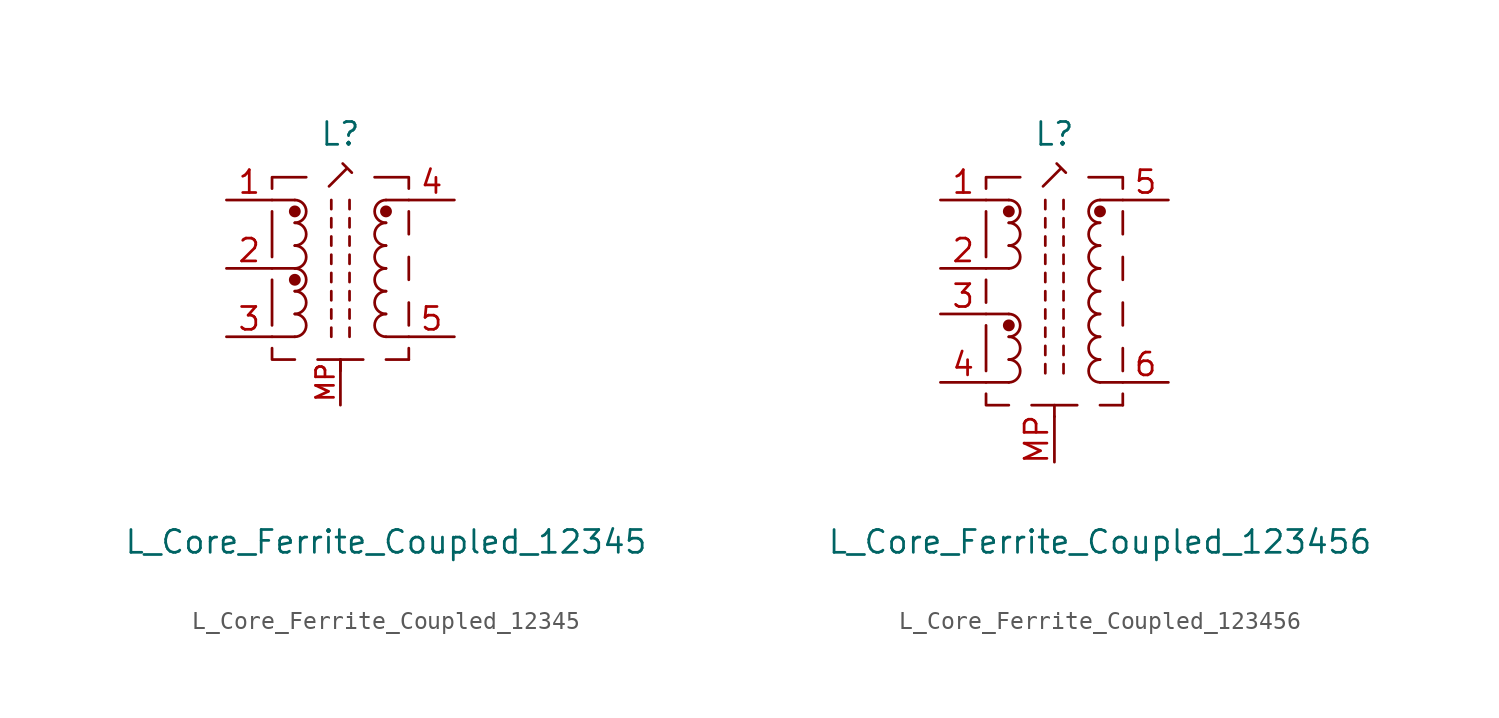
<source format=kicad_sym>
(kicad_symbol_lib
  (version 20220914)
  (generator kicad_symbol_editor)
  (symbol "L_Core_Ferrite_Coupled_12345"
    (pin_names
      (offset 0.254) hide)
    (property "Reference" "L"
      (at 0 7.493 0)
      (effects (font (size 1.27 1.27))))
    (property "Value" "L_Core_Ferrite_Coupled_12345"
      (at 2.54 -15.24 0)
      (effects (font (size 1.27 1.27))))
    (symbol "L_Core_Ferrite_Coupled_12345_0_1"
      (circle (center -2.54 3.175) (radius 0.254) (stroke (width 0) (type default)) (fill (type outline)))
      (polyline (pts (xy -3.81 -0.635) (xy -3.81 -3.175)) (stroke (width 0) (type default)) (fill (type none)))
      (polyline (pts (xy -3.81 3.175) (xy -3.81 0.635)) (stroke (width 0) (type default)) (fill (type none)))
      (polyline (pts (xy -3.81 3.81) (xy -2.54 3.81)) (stroke (width 0) (type default)) (fill (type none)))
      (polyline (pts (xy -2.54 -3.81) (xy -3.81 -3.81)) (stroke (width 0) (type default)) (fill (type none)))
      (polyline (pts (xy -2.54 0) (xy -3.81 0)) (stroke (width 0) (type default)) (fill (type none)))
      (polyline (pts (xy -1.27 -5.08) (xy 1.27 -5.08)) (stroke (width 0) (type default)) (fill (type none)))
      (polyline (pts (xy -0.508 -2.794) (xy -0.508 -2.286)) (stroke (width 0) (type default)) (fill (type none)))
      (polyline (pts (xy -0.508 -1.778) (xy -0.508 -1.27)) (stroke (width 0) (type default)) (fill (type none)))
      (polyline (pts (xy -0.508 -0.762) (xy -0.508 -0.254)) (stroke (width 0) (type default)) (fill (type none)))
      (polyline (pts (xy -0.508 0.254) (xy -0.508 0.762)) (stroke (width 0) (type default)) (fill (type none)))
      (polyline (pts (xy -0.508 1.27) (xy -0.508 1.778)) (stroke (width 0) (type default)) (fill (type none)))
      (polyline (pts (xy -0.508 2.286) (xy -0.508 2.794)) (stroke (width 0) (type default)) (fill (type none)))
      (polyline (pts (xy 0 -5.715) (xy 0 -5.08)) (stroke (width 0) (type default)) (fill (type none)))
      (polyline (pts (xy 0.508 -2.794) (xy 0.508 -2.286)) (stroke (width 0) (type default)) (fill (type none)))
      (polyline (pts (xy 0.508 -1.778) (xy 0.508 -1.27)) (stroke (width 0) (type default)) (fill (type none)))
      (polyline (pts (xy 0.508 -0.762) (xy 0.508 -0.254)) (stroke (width 0) (type default)) (fill (type none)))
      (polyline (pts (xy 0.508 0.254) (xy 0.508 0.762)) (stroke (width 0) (type default)) (fill (type none)))
      (polyline (pts (xy 0.508 1.27) (xy 0.508 1.778)) (stroke (width 0) (type default)) (fill (type none)))
      (polyline (pts (xy 0.508 2.286) (xy 0.508 2.794)) (stroke (width 0) (type default)) (fill (type none)))
      (polyline (pts (xy 2.54 -5.08) (xy 3.81 -5.08)) (stroke (width 0) (type default)) (fill (type none)))
      (polyline (pts (xy 3.81 -5.08) (xy 3.81 -4.445)) (stroke (width 0) (type default)) (fill (type none)))
      (polyline (pts (xy 3.81 -3.81) (xy 2.54 -3.81)) (stroke (width 0) (type default)) (fill (type none)))
      (polyline (pts (xy 3.81 -3.175) (xy 3.81 -1.905)) (stroke (width 0) (type default)) (fill (type none)))
      (polyline (pts (xy 3.81 -0.635) (xy 3.81 0.635)) (stroke (width 0) (type default)) (fill (type none)))
      (polyline (pts (xy 3.81 3.175) (xy 3.81 1.905)) (stroke (width 0) (type default)) (fill (type none)))
      (polyline (pts (xy 3.81 3.81) (xy 2.54 3.81)) (stroke (width 0) (type default)) (fill (type none)))
      (polyline (pts (xy -3.81 -4.445) (xy -3.81 -5.08) (xy -2.54 -5.08)) (stroke (width 0) (type default)) (fill (type none)))
      (polyline (pts (xy -3.81 4.445) (xy -3.81 5.08) (xy -1.905 5.08)) (stroke (width 0) (type default)) (fill (type none)))
      (polyline (pts (xy 3.81 4.445) (xy 3.81 5.08) (xy 1.905 5.08)) (stroke (width 0) (type default)) (fill (type none)))
      (polyline (pts (xy -0.635 4.572) (xy 0.381 5.588) (xy 0.635 5.334) (xy 0.127 5.842)) (stroke (width 0) (type default)) (fill (type none)))
      (arc (start 2.54 1.27) (mid 1.9077 0.635) (end 2.54 0) (stroke (width 0) (type default)) (fill (type none)))
      (circle (center 2.54 3.175) (radius 0.254) (stroke (width 0) (type default)) (fill (type outline))))
    (symbol "L_Core_Ferrite_Coupled_12345_1_1"
      (arc (start -2.54 -3.81) (mid -1.9077 -3.175) (end -2.54 -2.54) (stroke (width 0) (type default)) (fill (type none)))
      (arc (start -2.54 -2.54) (mid -1.9077 -1.905) (end -2.54 -1.27) (stroke (width 0) (type default)) (fill (type none)))
      (arc (start -2.54 -1.27) (mid -1.9077 -0.635) (end -2.54 0) (stroke (width 0) (type default)) (fill (type none)))
      (circle (center -2.54 -0.635) (radius 0.254) (stroke (width 0) (type default)) (fill (type outline)))
      (arc (start -2.54 0) (mid -1.9077 0.635) (end -2.54 1.27) (stroke (width 0) (type default)) (fill (type none)))
      (arc (start -2.54 1.27) (mid -1.9077 1.905) (end -2.54 2.54) (stroke (width 0) (type default)) (fill (type none)))
      (arc (start -2.54 2.54) (mid -1.9077 3.175) (end -2.54 3.81) (stroke (width 0) (type default)) (fill (type none)))
      (polyline (pts (xy -0.508 -3.81) (xy -0.508 -3.302)) (stroke (width 0) (type default)) (fill (type none)))
      (polyline (pts (xy -0.508 3.302) (xy -0.508 3.81)) (stroke (width 0) (type default)) (fill (type none)))
      (polyline (pts (xy 0.508 -3.81) (xy 0.508 -3.302)) (stroke (width 0) (type default)) (fill (type none)))
      (polyline (pts (xy 0.508 3.302) (xy 0.508 3.81)) (stroke (width 0) (type default)) (fill (type none)))
      (arc (start 2.54 -2.54) (mid 1.9077 -3.175) (end 2.54 -3.81) (stroke (width 0) (type default)) (fill (type none)))
      (arc (start 2.54 -1.27) (mid 1.9077 -1.905) (end 2.54 -2.54) (stroke (width 0) (type default)) (fill (type none)))
      (arc (start 2.54 0) (mid 1.9077 -0.635) (end 2.54 -1.27) (stroke (width 0) (type default)) (fill (type none)))
      (arc (start 2.54 2.54) (mid 1.9077 1.905) (end 2.54 1.27) (stroke (width 0) (type default)) (fill (type none)))
      (arc (start 2.54 3.81) (mid 1.9077 3.175) (end 2.54 2.54) (stroke (width 0) (type default)) (fill (type none)))
      (pin passive line (at -6.35 3.81 0) (length 2.54) (name "1" (effects (font (size 1.27 1.27)))) (number "1" (effects (font (size 1.27 1.27)))))
      (pin passive line (at -6.35 0 0) (length 2.54) (name "2" (effects (font (size 1.27 1.27)))) (number "2" (effects (font (size 1.27 1.27)))))
      (pin passive line (at -6.35 -3.81 0) (length 2.54) (name "3" (effects (font (size 1.27 1.27)))) (number "3" (effects (font (size 1.27 1.27)))))
      (pin passive line (at 6.35 3.81 180) (length 2.54) (name "4" (effects (font (size 1.27 1.27)))) (number "4" (effects (font (size 1.27 1.27)))))
      (pin passive line (at 6.35 -3.81 180) (length 2.54) (name "5" (effects (font (size 1.27 1.27)))) (number "5" (effects (font (size 1.27 1.27)))))
      (pin passive line (at 0 -7.62 90) (length 2.54) (name "MP" (effects (font (size 1 1)))) (number "MP" (effects (font (size 1 1)))))))
  (symbol "L_Core_Ferrite_Coupled_123456"
    (pin_names
      (offset 0.254) hide)
    (property "Reference" "L"
      (at 0 7.493 0)
      (effects (font (size 1.27 1.27))))
    (property "Value" "L_Core_Ferrite_Coupled_123456"
      (at 2.54 -15.24 0)
      (effects (font (size 1.27 1.27))))
    (symbol "L_Core_Ferrite_Coupled_123456_0_1"
      (circle (center -2.54 3.175) (radius 0.254) (stroke (width 0) (type default)) (fill (type outline)))
      (polyline (pts (xy -3.81 -3.175) (xy -3.81 -5.715)) (stroke (width 0) (type default)) (fill (type none)))
      (polyline (pts (xy -3.81 -2.54) (xy -2.54 -2.54)) (stroke (width 0) (type default)) (fill (type none)))
      (polyline (pts (xy -3.81 -1.905) (xy -3.81 -0.635)) (stroke (width 0) (type default)) (fill (type none)))
      (polyline (pts (xy -3.81 3.175) (xy -3.81 0.635)) (stroke (width 0) (type default)) (fill (type none)))
      (polyline (pts (xy -3.81 3.81) (xy -2.54 3.81)) (stroke (width 0) (type default)) (fill (type none)))
      (polyline (pts (xy -2.54 -6.35) (xy -3.81 -6.35)) (stroke (width 0) (type default)) (fill (type none)))
      (polyline (pts (xy -2.54 0) (xy -3.81 0)) (stroke (width 0) (type default)) (fill (type none)))
      (polyline (pts (xy -1.27 -7.62) (xy 1.27 -7.62)) (stroke (width 0) (type default)) (fill (type none)))
      (polyline (pts (xy -0.508 -2.794) (xy -0.508 -2.286)) (stroke (width 0) (type default)) (fill (type none)))
      (polyline (pts (xy -0.508 -1.778) (xy -0.508 -1.27)) (stroke (width 0) (type default)) (fill (type none)))
      (polyline (pts (xy -0.508 -0.762) (xy -0.508 -0.254)) (stroke (width 0) (type default)) (fill (type none)))
      (polyline (pts (xy -0.508 0.254) (xy -0.508 0.762)) (stroke (width 0) (type default)) (fill (type none)))
      (polyline (pts (xy -0.508 1.27) (xy -0.508 1.778)) (stroke (width 0) (type default)) (fill (type none)))
      (polyline (pts (xy -0.508 2.286) (xy -0.508 2.794)) (stroke (width 0) (type default)) (fill (type none)))
      (polyline (pts (xy 0 -8.255) (xy 0 -7.62)) (stroke (width 0) (type default)) (fill (type none)))
      (polyline (pts (xy 0.508 -2.794) (xy 0.508 -2.286)) (stroke (width 0) (type default)) (fill (type none)))
      (polyline (pts (xy 0.508 -1.778) (xy 0.508 -1.27)) (stroke (width 0) (type default)) (fill (type none)))
      (polyline (pts (xy 0.508 -0.762) (xy 0.508 -0.254)) (stroke (width 0) (type default)) (fill (type none)))
      (polyline (pts (xy 0.508 0.254) (xy 0.508 0.762)) (stroke (width 0) (type default)) (fill (type none)))
      (polyline (pts (xy 0.508 1.27) (xy 0.508 1.778)) (stroke (width 0) (type default)) (fill (type none)))
      (polyline (pts (xy 0.508 2.286) (xy 0.508 2.794)) (stroke (width 0) (type default)) (fill (type none)))
      (polyline (pts (xy 2.54 -7.62) (xy 3.81 -7.62)) (stroke (width 0) (type default)) (fill (type none)))
      (polyline (pts (xy 3.81 -7.62) (xy 3.81 -6.985)) (stroke (width 0) (type default)) (fill (type none)))
      (polyline (pts (xy 3.81 -6.35) (xy 2.54 -6.35)) (stroke (width 0) (type default)) (fill (type none)))
      (polyline (pts (xy 3.81 -5.715) (xy 3.81 -4.445)) (stroke (width 0) (type default)) (fill (type none)))
      (polyline (pts (xy 3.81 -3.175) (xy 3.81 -1.905)) (stroke (width 0) (type default)) (fill (type none)))
      (polyline (pts (xy 3.81 -0.635) (xy 3.81 0.635)) (stroke (width 0) (type default)) (fill (type none)))
      (polyline (pts (xy 3.81 3.175) (xy 3.81 1.905)) (stroke (width 0) (type default)) (fill (type none)))
      (polyline (pts (xy 3.81 3.81) (xy 2.54 3.81)) (stroke (width 0) (type default)) (fill (type none)))
      (polyline (pts (xy -3.81 -6.985) (xy -3.81 -7.62) (xy -2.54 -7.62)) (stroke (width 0) (type default)) (fill (type none)))
      (polyline (pts (xy -3.81 4.445) (xy -3.81 5.08) (xy -1.905 5.08)) (stroke (width 0) (type default)) (fill (type none)))
      (polyline (pts (xy 3.81 4.445) (xy 3.81 5.08) (xy 1.905 5.08)) (stroke (width 0) (type default)) (fill (type none)))
      (polyline (pts (xy -0.635 4.572) (xy 0.381 5.588) (xy 0.635 5.334) (xy 0.127 5.842)) (stroke (width 0) (type default)) (fill (type none)))
      (arc (start 2.54 1.27) (mid 1.9077 0.635) (end 2.54 0) (stroke (width 0) (type default)) (fill (type none)))
      (circle (center 2.54 3.175) (radius 0.254) (stroke (width 0) (type default)) (fill (type outline))))
    (symbol "L_Core_Ferrite_Coupled_123456_1_1"
      (arc (start -2.54 -6.35) (mid -1.9077 -5.715) (end -2.54 -5.08) (stroke (width 0) (type default)) (fill (type none)))
      (arc (start -2.54 -5.08) (mid -1.9077 -4.445) (end -2.54 -3.81) (stroke (width 0) (type default)) (fill (type none)))
      (arc (start -2.54 -3.81) (mid -1.9077 -3.175) (end -2.54 -2.54) (stroke (width 0) (type default)) (fill (type none)))
      (circle (center -2.54 -3.175) (radius 0.254) (stroke (width 0) (type default)) (fill (type outline)))
      (arc (start -2.54 0) (mid -1.9077 0.635) (end -2.54 1.27) (stroke (width 0) (type default)) (fill (type none)))
      (arc (start -2.54 1.27) (mid -1.9077 1.905) (end -2.54 2.54) (stroke (width 0) (type default)) (fill (type none)))
      (arc (start -2.54 2.54) (mid -1.9077 3.175) (end -2.54 3.81) (stroke (width 0) (type default)) (fill (type none)))
      (polyline (pts (xy -0.508 -5.842) (xy -0.508 -5.334)) (stroke (width 0) (type default)) (fill (type none)))
      (polyline (pts (xy -0.508 -4.826) (xy -0.508 -4.318)) (stroke (width 0) (type default)) (fill (type none)))
      (polyline (pts (xy -0.508 -3.81) (xy -0.508 -3.302)) (stroke (width 0) (type default)) (fill (type none)))
      (polyline (pts (xy -0.508 3.302) (xy -0.508 3.81)) (stroke (width 0) (type default)) (fill (type none)))
      (polyline (pts (xy 0.508 -5.842) (xy 0.508 -5.334)) (stroke (width 0) (type default)) (fill (type none)))
      (polyline (pts (xy 0.508 -4.826) (xy 0.508 -4.318)) (stroke (width 0) (type default)) (fill (type none)))
      (polyline (pts (xy 0.508 -3.81) (xy 0.508 -3.302)) (stroke (width 0) (type default)) (fill (type none)))
      (polyline (pts (xy 0.508 3.302) (xy 0.508 3.81)) (stroke (width 0) (type default)) (fill (type none)))
      (arc (start 2.54 -5.08) (mid 1.9077 -5.715) (end 2.54 -6.35) (stroke (width 0) (type default)) (fill (type none)))
      (arc (start 2.54 -3.81) (mid 1.9077 -4.445) (end 2.54 -5.08) (stroke (width 0) (type default)) (fill (type none)))
      (arc (start 2.54 -2.54) (mid 1.9077 -3.175) (end 2.54 -3.81) (stroke (width 0) (type default)) (fill (type none)))
      (arc (start 2.54 -1.27) (mid 1.9077 -1.905) (end 2.54 -2.54) (stroke (width 0) (type default)) (fill (type none)))
      (arc (start 2.54 0) (mid 1.9077 -0.635) (end 2.54 -1.27) (stroke (width 0) (type default)) (fill (type none)))
      (arc (start 2.54 2.54) (mid 1.9077 1.905) (end 2.54 1.27) (stroke (width 0) (type default)) (fill (type none)))
      (arc (start 2.54 3.81) (mid 1.9077 3.175) (end 2.54 2.54) (stroke (width 0) (type default)) (fill (type none)))
      (pin passive line (at -6.35 3.81 0) (length 2.54) (name "1" (effects (font (size 1.27 1.27)))) (number "1" (effects (font (size 1.27 1.27)))))
      (pin passive line (at -6.35 0 0) (length 2.54) (name "2" (effects (font (size 1.27 1.27)))) (number "2" (effects (font (size 1.27 1.27)))))
      (pin passive line (at -6.35 -2.54 0) (length 2.54) (name "3" (effects (font (size 1.27 1.27)))) (number "3" (effects (font (size 1.27 1.27)))))
      (pin passive line (at -6.35 -6.35 0) (length 2.54) (name "4" (effects (font (size 1.27 1.27)))) (number "4" (effects (font (size 1.27 1.27)))))
      (pin passive line (at 6.35 3.81 180) (length 2.54) (name "5" (effects (font (size 1.27 1.27)))) (number "5" (effects (font (size 1.27 1.27)))))
      (pin passive line (at 6.35 -6.35 180) (length 2.54) (name "6" (effects (font (size 1.27 1.27)))) (number "6" (effects (font (size 1.27 1.27)))))
      (pin passive line (at 0 -10.795 90) (length 2.54) (name "MP" (effects (font (size 1.27 1.27)))) (number "MP" (effects (font (size 1.27 1.27))))))))
</source>
